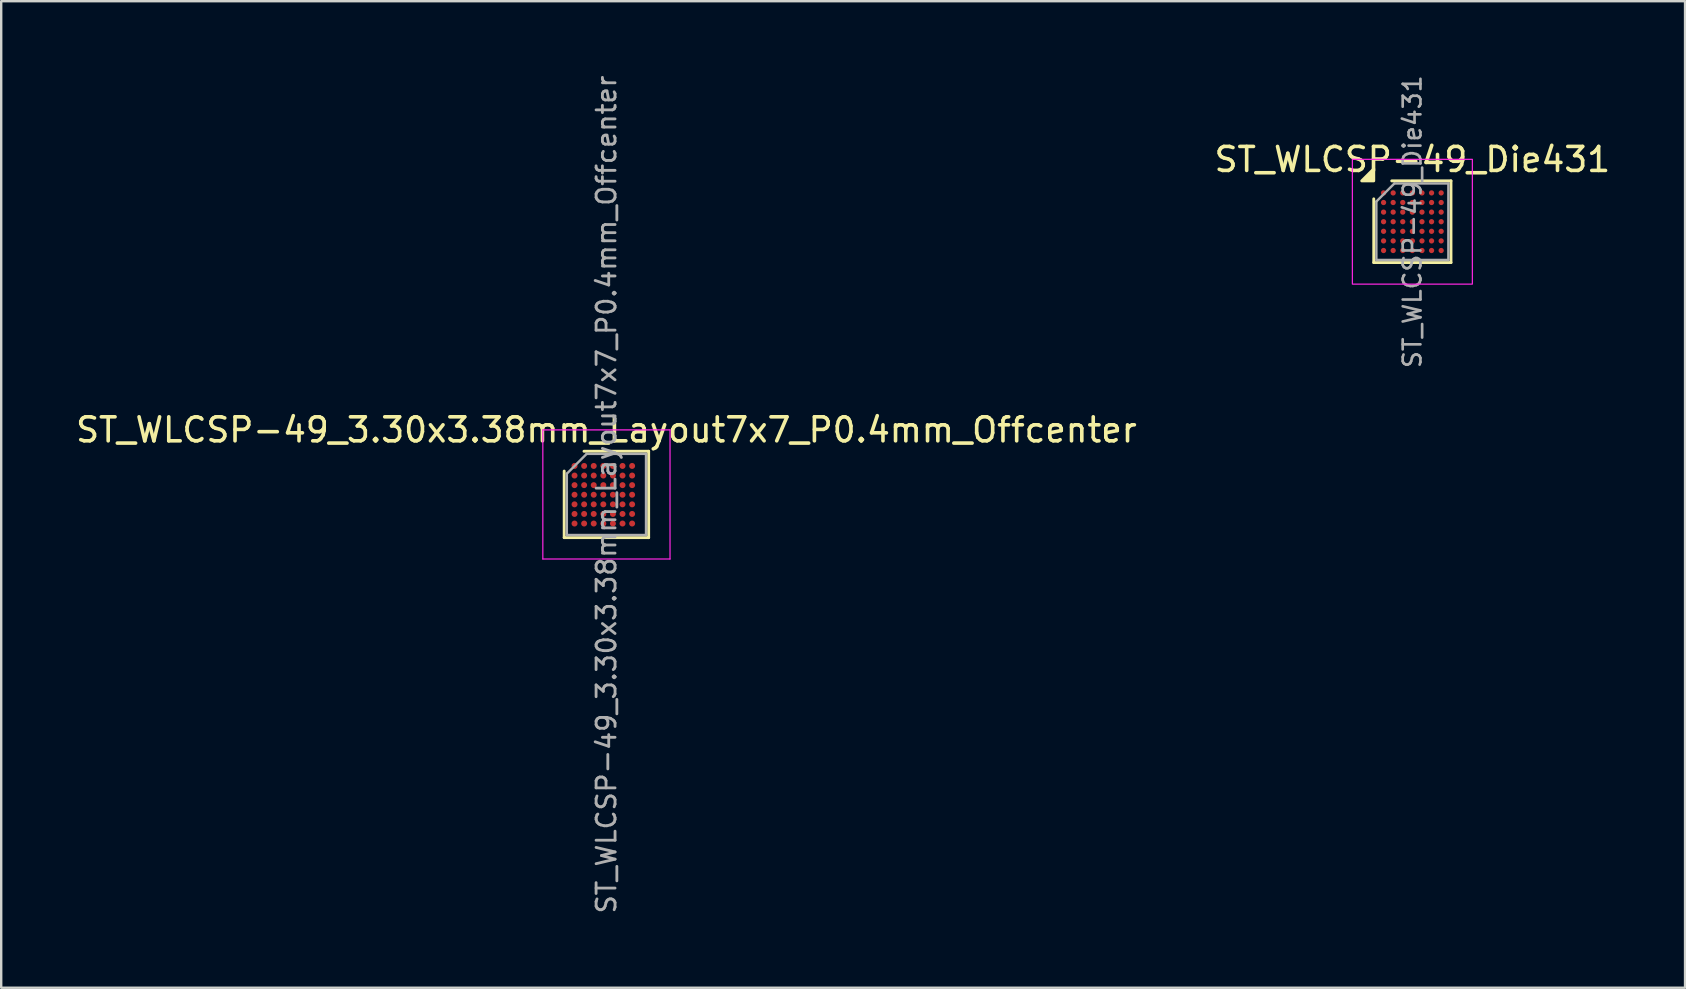
<source format=kicad_pcb>
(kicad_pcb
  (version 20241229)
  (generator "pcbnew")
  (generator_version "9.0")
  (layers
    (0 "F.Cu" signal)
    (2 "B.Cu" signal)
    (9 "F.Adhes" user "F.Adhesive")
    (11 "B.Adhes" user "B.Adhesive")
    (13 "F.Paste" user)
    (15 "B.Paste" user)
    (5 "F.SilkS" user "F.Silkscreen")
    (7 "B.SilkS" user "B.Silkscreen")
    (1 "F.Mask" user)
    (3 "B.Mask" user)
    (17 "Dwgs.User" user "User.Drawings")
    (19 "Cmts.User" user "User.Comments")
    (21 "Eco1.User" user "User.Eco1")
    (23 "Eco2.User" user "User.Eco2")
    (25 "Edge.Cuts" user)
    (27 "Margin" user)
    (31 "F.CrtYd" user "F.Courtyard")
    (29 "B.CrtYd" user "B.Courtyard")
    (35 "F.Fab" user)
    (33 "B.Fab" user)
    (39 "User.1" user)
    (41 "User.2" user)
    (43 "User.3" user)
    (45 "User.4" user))
  (footprint "ST_WLCSP-49_3.30x3.38mm_Layout7x7_P0.4mm_Offcenter"
    (layer "F.Cu")
    (at 22.22 17.554)
    (property "Reference" "ST_WLCSP-49_3.30x3.38mm_Layout7x7_P0.4mm_Offcenter" (at 0 -2.69 0) (layer "F.SilkS") (effects (font (size 1 1) (thickness 0.15))))
    (attr smd)
    (fp_line (start -1.76 1.8) (end -1.76 -0.975) (stroke (width 0.12) (type solid)) (layer "F.SilkS"))
    (fp_line (start -0.935 -1.8) (end 1.76 -1.8) (stroke (width 0.12) (type solid)) (layer "F.SilkS"))
    (fp_line (start 1.76 -1.8) (end 1.76 1.8) (stroke (width 0.12) (type solid)) (layer "F.SilkS"))
    (fp_line (start 1.76 1.8) (end -1.76 1.8) (stroke (width 0.12) (type solid)) (layer "F.SilkS"))
    (fp_line (start -2.65 -2.69) (end -2.65 2.69) (stroke (width 0.05) (type solid)) (layer "F.CrtYd"))
    (fp_line (start -2.65 2.69) (end 2.65 2.69) (stroke (width 0.05) (type solid)) (layer "F.CrtYd"))
    (fp_line (start 2.65 -2.69) (end -2.65 -2.69) (stroke (width 0.05) (type solid)) (layer "F.CrtYd"))
    (fp_line (start 2.65 2.69) (end 2.65 -2.69) (stroke (width 0.05) (type solid)) (layer "F.CrtYd"))
    (fp_line (start -1.65 -0.865) (end -0.825 -1.69) (stroke (width 0.1) (type solid)) (layer "F.Fab"))
    (fp_line (start -1.65 1.69) (end -1.65 -0.865) (stroke (width 0.1) (type solid)) (layer "F.Fab"))
    (fp_line (start -0.825 -1.69) (end 1.65 -1.69) (stroke (width 0.1) (type solid)) (layer "F.Fab"))
    (fp_line (start 1.65 -1.69) (end 1.65 1.69) (stroke (width 0.1) (type solid)) (layer "F.Fab"))
    (fp_line (start 1.65 1.69) (end -1.65 1.69) (stroke (width 0.1) (type solid)) (layer "F.Fab"))
    (fp_text user "${REFERENCE}" (at 0 0 270) (layer "F.Fab") (effects (font (size 0.79 0.79) (thickness 0.118))))
    (pad "A1" smd circle (at -1.329 -1.188) (size 0.25 0.25) (layers "F.Cu" "F.Mask" "F.Paste"))
    (pad "A2" smd circle (at -0.929 -1.188) (size 0.25 0.25) (layers "F.Cu" "F.Mask" "F.Paste"))
    (pad "A3" smd circle (at -0.529 -1.188) (size 0.25 0.25) (layers "F.Cu" "F.Mask" "F.Paste"))
    (pad "A4" smd circle (at -0.129 -1.188) (size 0.25 0.25) (layers "F.Cu" "F.Mask" "F.Paste"))
    (pad "A5" smd circle (at 0.271 -1.188) (size 0.25 0.25) (layers "F.Cu" "F.Mask" "F.Paste"))
    (pad "A6" smd circle (at 0.671 -1.188) (size 0.25 0.25) (layers "F.Cu" "F.Mask" "F.Paste"))
    (pad "A7" smd circle (at 1.071 -1.188) (size 0.25 0.25) (layers "F.Cu" "F.Mask" "F.Paste"))
    (pad "B1" smd circle (at -1.329 -0.788) (size 0.25 0.25) (layers "F.Cu" "F.Mask" "F.Paste"))
    (pad "B2" smd circle (at -0.929 -0.788) (size 0.25 0.25) (layers "F.Cu" "F.Mask" "F.Paste"))
    (pad "B3" smd circle (at -0.529 -0.788) (size 0.25 0.25) (layers "F.Cu" "F.Mask" "F.Paste"))
    (pad "B4" smd circle (at -0.129 -0.788) (size 0.25 0.25) (layers "F.Cu" "F.Mask" "F.Paste"))
    (pad "B5" smd circle (at 0.271 -0.788) (size 0.25 0.25) (layers "F.Cu" "F.Mask" "F.Paste"))
    (pad "B6" smd circle (at 0.671 -0.788) (size 0.25 0.25) (layers "F.Cu" "F.Mask" "F.Paste"))
    (pad "B7" smd circle (at 1.071 -0.788) (size 0.25 0.25) (layers "F.Cu" "F.Mask" "F.Paste"))
    (pad "C1" smd circle (at -1.329 -0.388) (size 0.25 0.25) (layers "F.Cu" "F.Mask" "F.Paste"))
    (pad "C2" smd circle (at -0.929 -0.388) (size 0.25 0.25) (layers "F.Cu" "F.Mask" "F.Paste"))
    (pad "C3" smd circle (at -0.529 -0.388) (size 0.25 0.25) (layers "F.Cu" "F.Mask" "F.Paste"))
    (pad "C4" smd circle (at -0.129 -0.388) (size 0.25 0.25) (layers "F.Cu" "F.Mask" "F.Paste"))
    (pad "C5" smd circle (at 0.271 -0.388) (size 0.25 0.25) (layers "F.Cu" "F.Mask" "F.Paste"))
    (pad "C6" smd circle (at 0.671 -0.388) (size 0.25 0.25) (layers "F.Cu" "F.Mask" "F.Paste"))
    (pad "C7" smd circle (at 1.071 -0.388) (size 0.25 0.25) (layers "F.Cu" "F.Mask" "F.Paste"))
    (pad "D1" smd circle (at -1.329 0.012) (size 0.25 0.25) (layers "F.Cu" "F.Mask" "F.Paste"))
    (pad "D2" smd circle (at -0.929 0.012) (size 0.25 0.25) (layers "F.Cu" "F.Mask" "F.Paste"))
    (pad "D3" smd circle (at -0.529 0.012) (size 0.25 0.25) (layers "F.Cu" "F.Mask" "F.Paste"))
    (pad "D4" smd circle (at -0.129 0.012) (size 0.25 0.25) (layers "F.Cu" "F.Mask" "F.Paste"))
    (pad "D5" smd circle (at 0.271 0.012) (size 0.25 0.25) (layers "F.Cu" "F.Mask" "F.Paste"))
    (pad "D6" smd circle (at 0.671 0.012) (size 0.25 0.25) (layers "F.Cu" "F.Mask" "F.Paste"))
    (pad "D7" smd circle (at 1.071 0.012) (size 0.25 0.25) (layers "F.Cu" "F.Mask" "F.Paste"))
    (pad "E1" smd circle (at -1.329 0.412) (size 0.25 0.25) (layers "F.Cu" "F.Mask" "F.Paste"))
    (pad "E2" smd circle (at -0.929 0.412) (size 0.25 0.25) (layers "F.Cu" "F.Mask" "F.Paste"))
    (pad "E3" smd circle (at -0.529 0.412) (size 0.25 0.25) (layers "F.Cu" "F.Mask" "F.Paste"))
    (pad "E4" smd circle (at -0.129 0.412) (size 0.25 0.25) (layers "F.Cu" "F.Mask" "F.Paste"))
    (pad "E5" smd circle (at 0.271 0.412) (size 0.25 0.25) (layers "F.Cu" "F.Mask" "F.Paste"))
    (pad "E6" smd circle (at 0.671 0.412) (size 0.25 0.25) (layers "F.Cu" "F.Mask" "F.Paste"))
    (pad "E7" smd circle (at 1.071 0.412) (size 0.25 0.25) (layers "F.Cu" "F.Mask" "F.Paste"))
    (pad "F1" smd circle (at -1.329 0.812) (size 0.25 0.25) (layers "F.Cu" "F.Mask" "F.Paste"))
    (pad "F2" smd circle (at -0.929 0.812) (size 0.25 0.25) (layers "F.Cu" "F.Mask" "F.Paste"))
    (pad "F3" smd circle (at -0.529 0.812) (size 0.25 0.25) (layers "F.Cu" "F.Mask" "F.Paste"))
    (pad "F4" smd circle (at -0.129 0.812) (size 0.25 0.25) (layers "F.Cu" "F.Mask" "F.Paste"))
    (pad "F5" smd circle (at 0.271 0.812) (size 0.25 0.25) (layers "F.Cu" "F.Mask" "F.Paste"))
    (pad "F6" smd circle (at 0.671 0.812) (size 0.25 0.25) (layers "F.Cu" "F.Mask" "F.Paste"))
    (pad "F7" smd circle (at 1.071 0.812) (size 0.25 0.25) (layers "F.Cu" "F.Mask" "F.Paste"))
    (pad "G1" smd circle (at -1.329 1.212) (size 0.25 0.25) (layers "F.Cu" "F.Mask" "F.Paste"))
    (pad "G2" smd circle (at -0.929 1.212) (size 0.25 0.25) (layers "F.Cu" "F.Mask" "F.Paste"))
    (pad "G3" smd circle (at -0.529 1.212) (size 0.25 0.25) (layers "F.Cu" "F.Mask" "F.Paste"))
    (pad "G4" smd circle (at -0.129 1.212) (size 0.25 0.25) (layers "F.Cu" "F.Mask" "F.Paste"))
    (pad "G5" smd circle (at 0.271 1.212) (size 0.25 0.25) (layers "F.Cu" "F.Mask" "F.Paste"))
    (pad "G6" smd circle (at 0.671 1.212) (size 0.25 0.25) (layers "F.Cu" "F.Mask" "F.Paste"))
    (pad "G7" smd circle (at 1.071 1.212) (size 0.25 0.25) (layers "F.Cu" "F.Mask" "F.Paste")))
  (footprint "ST_WLCSP-49_Die431"
    (layer "F.Cu")
    (at 55.804 6.189)
    (property "Reference" "ST_WLCSP-49_Die431" (at 0 -2.592 0) (layer "F.SilkS") (effects (font (size 1 1) (thickness 0.15))))
    (attr smd)
    (fp_line (start -1.609 1.702) (end -1.609 -0.953) (stroke (width 0.12) (type solid)) (layer "F.SilkS"))
    (fp_line (start -0.86 -1.702) (end 1.609 -1.702) (stroke (width 0.12) (type solid)) (layer "F.SilkS"))
    (fp_line (start 1.609 -1.702) (end 1.609 1.702) (stroke (width 0.12) (type solid)) (layer "F.SilkS"))
    (fp_line (start 1.609 1.702) (end -1.609 1.702) (stroke (width 0.12) (type solid)) (layer "F.SilkS"))
    (fp_poly (pts (xy -1.609 -1.702) (xy -2.11 -1.702) (xy -1.609 -2.203)) (stroke (width 0.12) (type solid)) (fill yes) (layer "F.SilkS"))
    (fp_rect (start -2.5 -2.6) (end 2.5 2.6) (stroke (width 0.05) (type solid)) (fill no) (layer "F.CrtYd"))
    (fp_line (start -1.5 -0.843) (end -0.75 -1.593) (stroke (width 0.1) (type solid)) (layer "F.Fab"))
    (fp_line (start -1.5 1.593) (end -1.5 -0.843) (stroke (width 0.1) (type solid)) (layer "F.Fab"))
    (fp_line (start -0.75 -1.593) (end 1.5 -1.593) (stroke (width 0.1) (type solid)) (layer "F.Fab"))
    (fp_line (start 1.5 -1.593) (end 1.5 1.593) (stroke (width 0.1) (type solid)) (layer "F.Fab"))
    (fp_line (start 1.5 1.593) (end -1.5 1.593) (stroke (width 0.1) (type solid)) (layer "F.Fab"))
    (fp_text user "${REFERENCE}" (at 0 0 270) (layer "F.Fab") (effects (font (size 0.74 0.74) (thickness 0.111))))
    (pad "A1" smd circle (at -1.2 -1.2) (size 0.22 0.22) (property pad_prop_bga) (layers "F.Cu" "F.Mask" "F.Paste"))
    (pad "A2" smd circle (at -0.8 -1.2) (size 0.22 0.22) (property pad_prop_bga) (layers "F.Cu" "F.Mask" "F.Paste"))
    (pad "A3" smd circle (at -0.4 -1.2) (size 0.22 0.22) (property pad_prop_bga) (layers "F.Cu" "F.Mask" "F.Paste"))
    (pad "A4" smd circle (at 0 -1.2) (size 0.22 0.22) (property pad_prop_bga) (layers "F.Cu" "F.Mask" "F.Paste"))
    (pad "A5" smd circle (at 0.4 -1.2) (size 0.22 0.22) (property pad_prop_bga) (layers "F.Cu" "F.Mask" "F.Paste"))
    (pad "A6" smd circle (at 0.8 -1.2) (size 0.22 0.22) (property pad_prop_bga) (layers "F.Cu" "F.Mask" "F.Paste"))
    (pad "A7" smd circle (at 1.2 -1.2) (size 0.22 0.22) (property pad_prop_bga) (layers "F.Cu" "F.Mask" "F.Paste"))
    (pad "B1" smd circle (at -1.2 -0.8) (size 0.22 0.22) (property pad_prop_bga) (layers "F.Cu" "F.Mask" "F.Paste"))
    (pad "B2" smd circle (at -0.8 -0.8) (size 0.22 0.22) (property pad_prop_bga) (layers "F.Cu" "F.Mask" "F.Paste"))
    (pad "B3" smd circle (at -0.4 -0.8) (size 0.22 0.22) (property pad_prop_bga) (layers "F.Cu" "F.Mask" "F.Paste"))
    (pad "B4" smd circle (at 0 -0.8) (size 0.22 0.22) (property pad_prop_bga) (layers "F.Cu" "F.Mask" "F.Paste"))
    (pad "B5" smd circle (at 0.4 -0.8) (size 0.22 0.22) (property pad_prop_bga) (layers "F.Cu" "F.Mask" "F.Paste"))
    (pad "B6" smd circle (at 0.8 -0.8) (size 0.22 0.22) (property pad_prop_bga) (layers "F.Cu" "F.Mask" "F.Paste"))
    (pad "B7" smd circle (at 1.2 -0.8) (size 0.22 0.22) (property pad_prop_bga) (layers "F.Cu" "F.Mask" "F.Paste"))
    (pad "C1" smd circle (at -1.2 -0.4) (size 0.22 0.22) (property pad_prop_bga) (layers "F.Cu" "F.Mask" "F.Paste"))
    (pad "C2" smd circle (at -0.8 -0.4) (size 0.22 0.22) (property pad_prop_bga) (layers "F.Cu" "F.Mask" "F.Paste"))
    (pad "C3" smd circle (at -0.4 -0.4) (size 0.22 0.22) (property pad_prop_bga) (layers "F.Cu" "F.Mask" "F.Paste"))
    (pad "C4" smd circle (at 0 -0.4) (size 0.22 0.22) (property pad_prop_bga) (layers "F.Cu" "F.Mask" "F.Paste"))
    (pad "C5" smd circle (at 0.4 -0.4) (size 0.22 0.22) (property pad_prop_bga) (layers "F.Cu" "F.Mask" "F.Paste"))
    (pad "C6" smd circle (at 0.8 -0.4) (size 0.22 0.22) (property pad_prop_bga) (layers "F.Cu" "F.Mask" "F.Paste"))
    (pad "C7" smd circle (at 1.2 -0.4) (size 0.22 0.22) (property pad_prop_bga) (layers "F.Cu" "F.Mask" "F.Paste"))
    (pad "D1" smd circle (at -1.2 0) (size 0.22 0.22) (property pad_prop_bga) (layers "F.Cu" "F.Mask" "F.Paste"))
    (pad "D2" smd circle (at -0.8 0) (size 0.22 0.22) (property pad_prop_bga) (layers "F.Cu" "F.Mask" "F.Paste"))
    (pad "D3" smd circle (at -0.4 0) (size 0.22 0.22) (property pad_prop_bga) (layers "F.Cu" "F.Mask" "F.Paste"))
    (pad "D4" smd circle (at 0 0) (size 0.22 0.22) (property pad_prop_bga) (layers "F.Cu" "F.Mask" "F.Paste"))
    (pad "D5" smd circle (at 0.4 0) (size 0.22 0.22) (property pad_prop_bga) (layers "F.Cu" "F.Mask" "F.Paste"))
    (pad "D6" smd circle (at 0.8 0) (size 0.22 0.22) (property pad_prop_bga) (layers "F.Cu" "F.Mask" "F.Paste"))
    (pad "D7" smd circle (at 1.2 0) (size 0.22 0.22) (property pad_prop_bga) (layers "F.Cu" "F.Mask" "F.Paste"))
    (pad "E1" smd circle (at -1.2 0.4) (size 0.22 0.22) (property pad_prop_bga) (layers "F.Cu" "F.Mask" "F.Paste"))
    (pad "E2" smd circle (at -0.8 0.4) (size 0.22 0.22) (property pad_prop_bga) (layers "F.Cu" "F.Mask" "F.Paste"))
    (pad "E3" smd circle (at -0.4 0.4) (size 0.22 0.22) (property pad_prop_bga) (layers "F.Cu" "F.Mask" "F.Paste"))
    (pad "E4" smd circle (at 0 0.4) (size 0.22 0.22) (property pad_prop_bga) (layers "F.Cu" "F.Mask" "F.Paste"))
    (pad "E5" smd circle (at 0.4 0.4) (size 0.22 0.22) (property pad_prop_bga) (layers "F.Cu" "F.Mask" "F.Paste"))
    (pad "E6" smd circle (at 0.8 0.4) (size 0.22 0.22) (property pad_prop_bga) (layers "F.Cu" "F.Mask" "F.Paste"))
    (pad "E7" smd circle (at 1.2 0.4) (size 0.22 0.22) (property pad_prop_bga) (layers "F.Cu" "F.Mask" "F.Paste"))
    (pad "F1" smd circle (at -1.2 0.8) (size 0.22 0.22) (property pad_prop_bga) (layers "F.Cu" "F.Mask" "F.Paste"))
    (pad "F2" smd circle (at -0.8 0.8) (size 0.22 0.22) (property pad_prop_bga) (layers "F.Cu" "F.Mask" "F.Paste"))
    (pad "F3" smd circle (at -0.4 0.8) (size 0.22 0.22) (property pad_prop_bga) (layers "F.Cu" "F.Mask" "F.Paste"))
    (pad "F4" smd circle (at 0 0.8) (size 0.22 0.22) (property pad_prop_bga) (layers "F.Cu" "F.Mask" "F.Paste"))
    (pad "F5" smd circle (at 0.4 0.8) (size 0.22 0.22) (property pad_prop_bga) (layers "F.Cu" "F.Mask" "F.Paste"))
    (pad "F6" smd circle (at 0.8 0.8) (size 0.22 0.22) (property pad_prop_bga) (layers "F.Cu" "F.Mask" "F.Paste"))
    (pad "F7" smd circle (at 1.2 0.8) (size 0.22 0.22) (property pad_prop_bga) (layers "F.Cu" "F.Mask" "F.Paste"))
    (pad "G1" smd circle (at -1.2 1.2) (size 0.22 0.22) (property pad_prop_bga) (layers "F.Cu" "F.Mask" "F.Paste"))
    (pad "G2" smd circle (at -0.8 1.2) (size 0.22 0.22) (property pad_prop_bga) (layers "F.Cu" "F.Mask" "F.Paste"))
    (pad "G3" smd circle (at -0.4 1.2) (size 0.22 0.22) (property pad_prop_bga) (layers "F.Cu" "F.Mask" "F.Paste"))
    (pad "G4" smd circle (at 0 1.2) (size 0.22 0.22) (property pad_prop_bga) (layers "F.Cu" "F.Mask" "F.Paste"))
    (pad "G5" smd circle (at 0.4 1.2) (size 0.22 0.22) (property pad_prop_bga) (layers "F.Cu" "F.Mask" "F.Paste"))
    (pad "G6" smd circle (at 0.8 1.2) (size 0.22 0.22) (property pad_prop_bga) (layers "F.Cu" "F.Mask" "F.Paste"))
    (pad "G7" smd circle (at 1.2 1.2) (size 0.22 0.22) (property pad_prop_bga) (layers "F.Cu" "F.Mask" "F.Paste")))
  (gr_rect
    (start -3 -3)
    (end 67.167 38.108)
    (stroke (width 0.1) (type default))
    (fill no)
    (layer "Edge.Cuts")))
</source>
